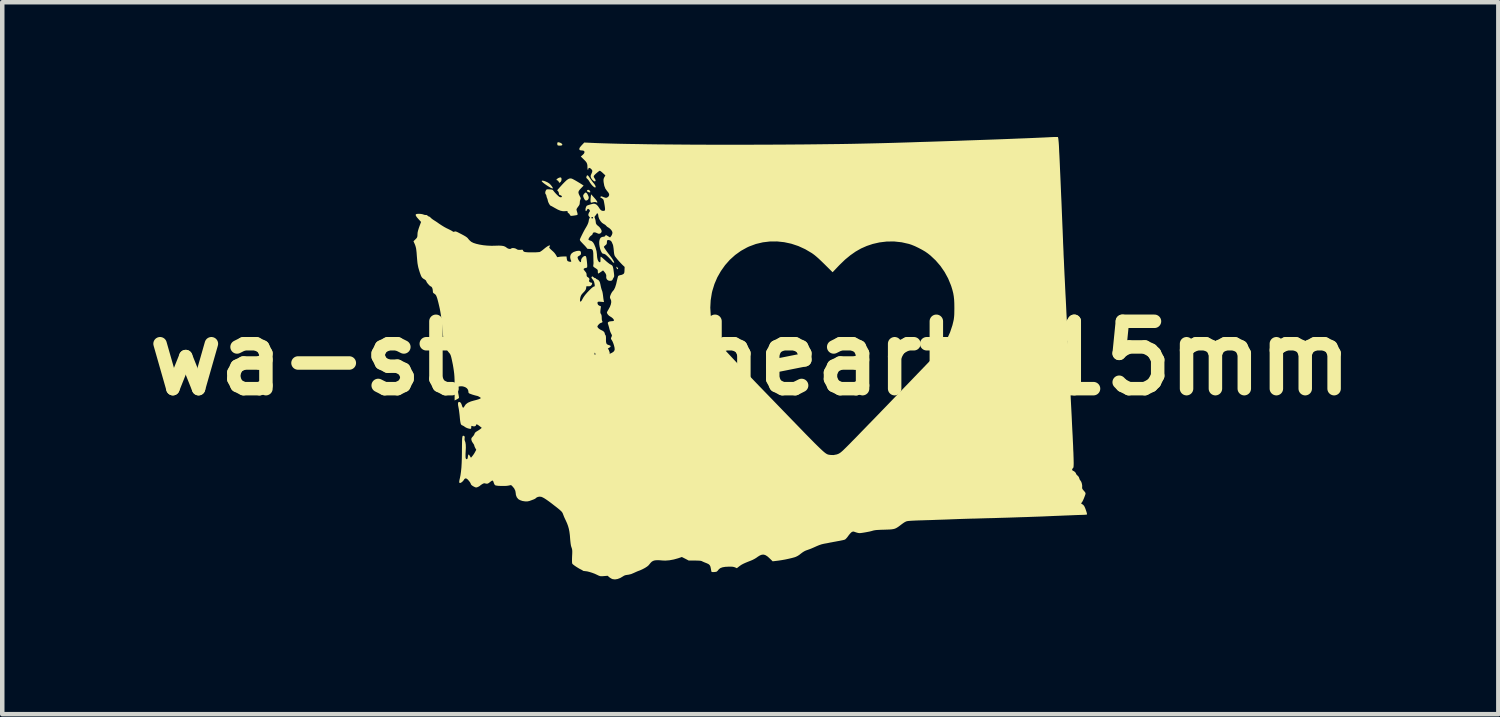
<source format=kicad_pcb>
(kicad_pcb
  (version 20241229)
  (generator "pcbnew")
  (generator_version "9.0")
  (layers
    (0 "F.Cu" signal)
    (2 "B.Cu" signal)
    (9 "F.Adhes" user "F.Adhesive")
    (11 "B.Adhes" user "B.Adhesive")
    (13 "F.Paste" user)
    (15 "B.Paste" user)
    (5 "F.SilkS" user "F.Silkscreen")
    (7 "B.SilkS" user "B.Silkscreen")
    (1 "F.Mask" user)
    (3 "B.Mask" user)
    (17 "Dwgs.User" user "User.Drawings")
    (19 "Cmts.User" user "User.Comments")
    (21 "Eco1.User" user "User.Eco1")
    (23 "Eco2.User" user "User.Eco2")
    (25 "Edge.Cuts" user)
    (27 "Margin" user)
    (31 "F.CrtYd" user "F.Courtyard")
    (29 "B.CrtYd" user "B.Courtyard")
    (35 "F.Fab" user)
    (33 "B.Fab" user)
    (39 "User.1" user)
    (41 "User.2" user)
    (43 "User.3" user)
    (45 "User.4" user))
  (footprint "wa-state-heart-15mm"
    (layer "F.Cu")
    (at 13.657 4.926)
    (property "Reference" "wa-state-heart-15mm" (at 0 0 0) (layer "F.SilkS") (effects (font (size 1.5 1.5) (thickness 0.3))))
    (attr board_only exclude_from_pos_files exclude_from_bom)
    (fp_poly (pts (xy -3.591 -3.745) (xy -3.572 -3.726) (xy -3.562 -3.704) (xy -3.568 -3.692) (xy -3.588 -3.692) (xy -3.596 -3.695) (xy -3.627 -3.709) (xy -3.639 -3.724) (xy -3.634 -3.738) (xy -3.614 -3.75)) (stroke (width 0) (type solid)) (fill yes) (layer "F.SilkS"))
    (fp_poly (pts (xy -2.974 -2.035) (xy -2.962 -2.024) (xy -2.948 -2.007) (xy -2.943 -1.991) (xy -2.948 -1.982) (xy -2.951 -1.981) (xy -2.963 -1.987) (xy -2.97 -1.993) (xy -2.98 -2.012) (xy -2.981 -2.023) (xy -2.98 -2.036)) (stroke (width 0) (type solid)) (fill yes) (layer "F.SilkS"))
    (fp_poly (pts (xy -4.259 -4.806) (xy -4.226 -4.795) (xy -4.2 -4.779) (xy -4.186 -4.762) (xy -4.188 -4.746) (xy -4.194 -4.741) (xy -4.214 -4.735) (xy -4.242 -4.733) (xy -4.271 -4.735) (xy -4.287 -4.738) (xy -4.295 -4.75) (xy -4.299 -4.773) (xy -4.299 -4.776) (xy -4.295 -4.799) (xy -4.283 -4.809)) (stroke (width 0) (type solid)) (fill yes) (layer "F.SilkS"))
    (fp_poly (pts (xy -4.217 -4.024) (xy -4.206 -4.01) (xy -4.203 -3.986) (xy -4.206 -3.958) (xy -4.217 -3.933) (xy -4.222 -3.926) (xy -4.243 -3.908) (xy -4.256 -3.908) (xy -4.265 -3.925) (xy -4.266 -3.929) (xy -4.28 -3.951) (xy -4.295 -3.959) (xy -4.314 -3.967) (xy -4.316 -3.978) (xy -4.301 -3.994) (xy -4.276 -4.011) (xy -4.246 -4.023) (xy -4.222 -4.025)) (stroke (width 0) (type solid)) (fill yes) (layer "F.SilkS"))
    (fp_poly (pts (xy -3.65 -3.683) (xy -3.631 -3.662) (xy -3.614 -3.63) (xy -3.601 -3.598) (xy -3.597 -3.575) (xy -3.603 -3.547) (xy -3.62 -3.525) (xy -3.642 -3.512) (xy -3.664 -3.511) (xy -3.681 -3.522) (xy -3.699 -3.55) (xy -3.714 -3.583) (xy -3.722 -3.612) (xy -3.722 -3.619) (xy -3.715 -3.64) (xy -3.698 -3.664) (xy -3.693 -3.669) (xy -3.674 -3.686) (xy -3.661 -3.69)) (stroke (width 0) (type solid)) (fill yes) (layer "F.SilkS"))
    (fp_poly (pts (xy -3.486 -3.585) (xy -3.449 -3.543) (xy -3.423 -3.509) (xy -3.408 -3.483) (xy -3.405 -3.468) (xy -3.414 -3.464) (xy -3.434 -3.472) (xy -3.456 -3.478) (xy -3.485 -3.475) (xy -3.496 -3.473) (xy -3.525 -3.466) (xy -3.539 -3.463) (xy -3.547 -3.464) (xy -3.552 -3.468) (xy -3.552 -3.469) (xy -3.556 -3.483) (xy -3.558 -3.51) (xy -3.557 -3.547) (xy -3.553 -3.586) (xy -3.551 -3.606) (xy -3.544 -3.649)) (stroke (width 0) (type solid)) (fill yes) (layer "F.SilkS"))
    (fp_poly (pts (xy -4.617 -3.953) (xy -4.587 -3.946) (xy -4.553 -3.933) (xy -4.516 -3.916) (xy -4.483 -3.895) (xy -4.474 -3.889) (xy -4.455 -3.871) (xy -4.433 -3.846) (xy -4.413 -3.819) (xy -4.399 -3.796) (xy -4.395 -3.785) (xy -4.403 -3.78) (xy -4.423 -3.785) (xy -4.454 -3.8) (xy -4.459 -3.803) (xy -4.507 -3.832) (xy -4.552 -3.862) (xy -4.591 -3.89) (xy -4.622 -3.916) (xy -4.641 -3.935) (xy -4.645 -3.945) (xy -4.638 -3.953)) (stroke (width 0) (type solid)) (fill yes) (layer "F.SilkS"))
    (fp_poly (pts (xy -3.61 -4.063) (xy -3.59 -4.036) (xy -3.581 -4.023) (xy -3.555 -3.984) (xy -3.525 -3.944) (xy -3.506 -3.919) (xy -3.473 -3.878) (xy -3.453 -3.846) (xy -3.444 -3.823) (xy -3.443 -3.814) (xy -3.449 -3.801) (xy -3.464 -3.802) (xy -3.489 -3.818) (xy -3.515 -3.841) (xy -3.542 -3.872) (xy -3.567 -3.906) (xy -3.578 -3.925) (xy -3.597 -3.957) (xy -3.621 -3.985) (xy -3.628 -3.992) (xy -3.647 -4.01) (xy -3.652 -4.025) (xy -3.648 -4.044) (xy -3.638 -4.067) (xy -3.626 -4.073)) (stroke (width 0) (type solid)) (fill yes) (layer "F.SilkS"))
    (fp_poly (pts (xy -3.985 -4.001) (xy -3.969 -3.996) (xy -3.952 -3.988) (xy -3.925 -3.974) (xy -3.889 -3.954) (xy -3.85 -3.931) (xy -3.81 -3.907) (xy -3.773 -3.884) (xy -3.742 -3.864) (xy -3.72 -3.85) (xy -3.712 -3.843) (xy -3.712 -3.843) (xy -3.719 -3.836) (xy -3.736 -3.818) (xy -3.76 -3.793) (xy -3.77 -3.783) (xy -3.803 -3.747) (xy -3.822 -3.717) (xy -3.827 -3.688) (xy -3.819 -3.655) (xy -3.799 -3.614) (xy -3.799 -3.613) (xy -3.783 -3.582) (xy -3.776 -3.563) (xy -3.777 -3.548) (xy -3.783 -3.532) (xy -3.784 -3.531) (xy -3.793 -3.503) (xy -3.797 -3.469) (xy -3.796 -3.465) (xy -3.801 -3.428) (xy -3.812 -3.404) (xy -3.839 -3.366) (xy -3.857 -3.341) (xy -3.867 -3.323) (xy -3.87 -3.31) (xy -3.868 -3.296) (xy -3.863 -3.277) (xy -3.86 -3.267) (xy -3.849 -3.23) (xy -3.845 -3.206) (xy -3.849 -3.193) (xy -3.862 -3.187) (xy -3.881 -3.183) (xy -3.93 -3.175) (xy -3.964 -3.171) (xy -3.985 -3.169) (xy -3.998 -3.171) (xy -3.999 -3.171) (xy -4.012 -3.183) (xy -4.021 -3.2) (xy -4.035 -3.22) (xy -4.049 -3.229) (xy -4.065 -3.242) (xy -4.068 -3.257) (xy -4.069 -3.27) (xy -4.076 -3.276) (xy -4.093 -3.276) (xy -4.12 -3.274) (xy -4.171 -3.273) (xy -4.226 -3.284) (xy -4.285 -3.308) (xy -4.354 -3.346) (xy -4.356 -3.347) (xy -4.391 -3.367) (xy -4.421 -3.384) (xy -4.44 -3.393) (xy -4.445 -3.395) (xy -4.457 -3.403) (xy -4.472 -3.424) (xy -4.488 -3.452) (xy -4.501 -3.481) (xy -4.508 -3.506) (xy -4.515 -3.538) (xy -4.525 -3.565) (xy -4.527 -3.568) (xy -4.536 -3.594) (xy -4.539 -3.613) (xy -4.546 -3.637) (xy -4.554 -3.648) (xy -4.567 -3.675) (xy -4.563 -3.709) (xy -4.553 -3.733) (xy -4.544 -3.748) (xy -4.535 -3.757) (xy -4.519 -3.76) (xy -4.493 -3.76) (xy -4.47 -3.759) (xy -4.433 -3.756) (xy -4.409 -3.751) (xy -4.395 -3.742) (xy -4.387 -3.732) (xy -4.365 -3.704) (xy -4.336 -3.671) (xy -4.305 -3.639) (xy -4.276 -3.612) (xy -4.254 -3.594) (xy -4.249 -3.591) (xy -4.226 -3.583) (xy -4.208 -3.584) (xy -4.195 -3.595) (xy -4.198 -3.61) (xy -4.215 -3.624) (xy -4.229 -3.629) (xy -4.251 -3.638) (xy -4.26 -3.653) (xy -4.261 -3.667) (xy -4.268 -3.697) (xy -4.281 -3.718) (xy -4.301 -3.739) (xy -4.234 -3.815) (xy -4.178 -3.877) (xy -4.132 -3.924) (xy -4.094 -3.96) (xy -4.062 -3.984) (xy -4.035 -3.998) (xy -4.01 -4.003)) (stroke (width 0) (type solid)) (fill yes) (layer "F.SilkS"))
    (fp_poly (pts (xy 6.831 -4.926) (xy 6.848 -4.925) (xy 6.85 -4.924) (xy 6.854 -4.913) (xy 6.859 -4.886) (xy 6.863 -4.848) (xy 6.867 -4.808) (xy 6.869 -4.782) (xy 6.872 -4.738) (xy 6.875 -4.678) (xy 6.878 -4.603) (xy 6.883 -4.514) (xy 6.888 -4.413) (xy 6.893 -4.301) (xy 6.898 -4.179) (xy 6.904 -4.049) (xy 6.91 -3.913) (xy 6.916 -3.771) (xy 6.922 -3.625) (xy 6.929 -3.477) (xy 6.935 -3.327) (xy 6.941 -3.178) (xy 6.947 -3.03) (xy 6.953 -2.885) (xy 6.954 -2.871) (xy 6.957 -2.791) (xy 6.96 -2.715) (xy 6.963 -2.643) (xy 6.965 -2.575) (xy 6.968 -2.508) (xy 6.971 -2.443) (xy 6.974 -2.378) (xy 6.976 -2.312) (xy 6.979 -2.246) (xy 6.983 -2.176) (xy 6.986 -2.104) (xy 6.989 -2.028) (xy 6.993 -1.946) (xy 6.997 -1.859) (xy 7.002 -1.766) (xy 7.007 -1.664) (xy 7.012 -1.554) (xy 7.018 -1.435) (xy 7.025 -1.306) (xy 7.032 -1.165) (xy 7.039 -1.013) (xy 7.048 -0.847) (xy 7.057 -0.668) (xy 7.066 -0.474) (xy 7.077 -0.265) (xy 7.088 -0.039) (xy 7.101 0.204) (xy 7.114 0.465) (xy 7.116 0.515) (xy 7.128 0.74) (xy 7.138 0.946) (xy 7.148 1.136) (xy 7.157 1.308) (xy 7.164 1.464) (xy 7.171 1.605) (xy 7.178 1.732) (xy 7.183 1.845) (xy 7.188 1.945) (xy 7.191 2.033) (xy 7.195 2.11) (xy 7.197 2.177) (xy 7.199 2.233) (xy 7.2 2.281) (xy 7.201 2.321) (xy 7.201 2.354) (xy 7.2 2.38) (xy 7.199 2.401) (xy 7.198 2.416) (xy 7.196 2.428) (xy 7.193 2.436) (xy 7.191 2.442) (xy 7.187 2.446) (xy 7.184 2.449) (xy 7.18 2.452) (xy 7.179 2.453) (xy 7.167 2.472) (xy 7.168 2.492) (xy 7.183 2.505) (xy 7.184 2.505) (xy 7.211 2.519) (xy 7.234 2.538) (xy 7.249 2.559) (xy 7.252 2.568) (xy 7.259 2.585) (xy 7.277 2.605) (xy 7.285 2.612) (xy 7.313 2.642) (xy 7.325 2.672) (xy 7.335 2.702) (xy 7.352 2.726) (xy 7.353 2.727) (xy 7.37 2.753) (xy 7.382 2.789) (xy 7.39 2.831) (xy 7.39 2.869) (xy 7.389 2.872) (xy 7.389 2.895) (xy 7.398 2.916) (xy 7.417 2.94) (xy 7.443 2.97) (xy 7.459 2.991) (xy 7.465 3.009) (xy 7.463 3.028) (xy 7.454 3.055) (xy 7.448 3.071) (xy 7.428 3.123) (xy 7.409 3.166) (xy 7.392 3.198) (xy 7.379 3.216) (xy 7.377 3.217) (xy 7.367 3.23) (xy 7.376 3.243) (xy 7.391 3.251) (xy 7.412 3.265) (xy 7.432 3.288) (xy 7.434 3.291) (xy 7.447 3.316) (xy 7.461 3.349) (xy 7.474 3.386) (xy 7.486 3.422) (xy 7.495 3.453) (xy 7.498 3.474) (xy 7.497 3.48) (xy 7.485 3.483) (xy 7.459 3.486) (xy 7.422 3.488) (xy 7.398 3.489) (xy 7.353 3.49) (xy 7.291 3.492) (xy 7.213 3.495) (xy 7.119 3.499) (xy 7.013 3.503) (xy 6.895 3.508) (xy 6.766 3.513) (xy 6.628 3.519) (xy 6.602 3.52) (xy 6.513 3.524) (xy 6.406 3.528) (xy 6.286 3.532) (xy 6.154 3.537) (xy 6.014 3.541) (xy 5.869 3.546) (xy 5.72 3.551) (xy 5.571 3.555) (xy 5.424 3.56) (xy 5.283 3.563) (xy 5.149 3.567) (xy 5.112 3.568) (xy 5.015 3.571) (xy 4.914 3.573) (xy 4.814 3.576) (xy 4.717 3.579) (xy 4.628 3.582) (xy 4.551 3.585) (xy 4.491 3.587) (xy 4.425 3.59) (xy 4.344 3.593) (xy 4.253 3.596) (xy 4.155 3.599) (xy 4.056 3.603) (xy 3.96 3.606) (xy 3.914 3.607) (xy 3.832 3.61) (xy 3.753 3.612) (xy 3.68 3.615) (xy 3.617 3.618) (xy 3.566 3.621) (xy 3.529 3.624) (xy 3.51 3.626) (xy 3.483 3.631) (xy 3.458 3.641) (xy 3.43 3.656) (xy 3.395 3.68) (xy 3.368 3.7) (xy 3.322 3.735) (xy 3.284 3.762) (xy 3.251 3.782) (xy 3.22 3.796) (xy 3.186 3.805) (xy 3.147 3.811) (xy 3.098 3.815) (xy 3.037 3.817) (xy 2.981 3.819) (xy 2.905 3.821) (xy 2.846 3.824) (xy 2.801 3.827) (xy 2.767 3.832) (xy 2.742 3.837) (xy 2.731 3.84) (xy 2.7 3.849) (xy 2.656 3.86) (xy 2.604 3.87) (xy 2.55 3.88) (xy 2.499 3.888) (xy 2.457 3.894) (xy 2.432 3.895) (xy 2.403 3.892) (xy 2.366 3.882) (xy 2.344 3.875) (xy 2.313 3.864) (xy 2.294 3.86) (xy 2.278 3.863) (xy 2.261 3.87) (xy 2.242 3.885) (xy 2.217 3.912) (xy 2.191 3.944) (xy 2.183 3.955) (xy 2.158 3.989) (xy 2.134 4.016) (xy 2.115 4.034) (xy 2.11 4.037) (xy 2.092 4.044) (xy 2.06 4.052) (xy 2.016 4.061) (xy 1.967 4.071) (xy 1.952 4.073) (xy 1.9 4.083) (xy 1.85 4.092) (xy 1.809 4.1) (xy 1.78 4.105) (xy 1.776 4.106) (xy 1.747 4.112) (xy 1.707 4.12) (xy 1.662 4.128) (xy 1.649 4.13) (xy 1.592 4.143) (xy 1.532 4.163) (xy 1.463 4.192) (xy 1.453 4.197) (xy 1.403 4.219) (xy 1.352 4.241) (xy 1.307 4.258) (xy 1.276 4.269) (xy 1.239 4.282) (xy 1.205 4.298) (xy 1.169 4.32) (xy 1.127 4.351) (xy 1.089 4.381) (xy 1.056 4.402) (xy 1.016 4.422) (xy 0.986 4.433) (xy 0.927 4.449) (xy 0.855 4.466) (xy 0.776 4.483) (xy 0.697 4.497) (xy 0.623 4.508) (xy 0.598 4.511) (xy 0.498 4.523) (xy 0.439 4.465) (xy 0.388 4.418) (xy 0.343 4.388) (xy 0.302 4.374) (xy 0.26 4.375) (xy 0.216 4.391) (xy 0.165 4.422) (xy 0.147 4.436) (xy 0.105 4.463) (xy 0.056 4.489) (xy 0.017 4.506) (xy -0.057 4.535) (xy -0.115 4.559) (xy -0.162 4.581) (xy -0.2 4.602) (xy -0.232 4.624) (xy -0.244 4.633) (xy -0.299 4.676) (xy -0.339 4.658) (xy -0.364 4.65) (xy -0.392 4.644) (xy -0.429 4.642) (xy -0.481 4.642) (xy -0.558 4.646) (xy -0.618 4.656) (xy -0.664 4.673) (xy -0.697 4.697) (xy -0.71 4.713) (xy -0.729 4.736) (xy -0.748 4.752) (xy -0.752 4.754) (xy -0.776 4.759) (xy -0.806 4.762) (xy -0.835 4.763) (xy -0.856 4.761) (xy -0.862 4.758) (xy -0.867 4.745) (xy -0.872 4.72) (xy -0.877 4.691) (xy -0.887 4.642) (xy -0.904 4.608) (xy -0.931 4.584) (xy -0.973 4.565) (xy -0.977 4.563) (xy -1.014 4.549) (xy -1.049 4.534) (xy -1.068 4.525) (xy -1.084 4.517) (xy -1.104 4.512) (xy -1.13 4.509) (xy -1.168 4.507) (xy -1.219 4.506) (xy -1.236 4.506) (xy -1.371 4.506) (xy -1.447 4.466) (xy -1.524 4.427) (xy -1.606 4.455) (xy -1.703 4.482) (xy -1.8 4.5) (xy -1.89 4.507) (xy -1.948 4.505) (xy -2.022 4.499) (xy -2.08 4.498) (xy -2.126 4.502) (xy -2.162 4.513) (xy -2.192 4.53) (xy -2.219 4.556) (xy -2.241 4.583) (xy -2.267 4.614) (xy -2.297 4.639) (xy -2.337 4.665) (xy -2.358 4.677) (xy -2.398 4.698) (xy -2.437 4.716) (xy -2.468 4.729) (xy -2.477 4.732) (xy -2.504 4.742) (xy -2.541 4.758) (xy -2.581 4.776) (xy -2.589 4.78) (xy -2.653 4.807) (xy -2.712 4.821) (xy -2.728 4.823) (xy -2.774 4.83) (xy -2.809 4.842) (xy -2.833 4.857) (xy -2.895 4.894) (xy -2.956 4.917) (xy -3.013 4.926) (xy -3.064 4.92) (xy -3.066 4.92) (xy -3.099 4.905) (xy -3.133 4.883) (xy -3.141 4.876) (xy -3.177 4.845) (xy -3.26 4.852) (xy -3.3 4.855) (xy -3.329 4.855) (xy -3.352 4.85) (xy -3.377 4.841) (xy -3.41 4.825) (xy -3.464 4.8) (xy -3.523 4.778) (xy -3.581 4.76) (xy -3.633 4.747) (xy -3.674 4.742) (xy -3.679 4.741) (xy -3.706 4.739) (xy -3.724 4.734) (xy -3.727 4.732) (xy -3.739 4.722) (xy -3.762 4.71) (xy -3.765 4.708) (xy -3.794 4.694) (xy -3.83 4.673) (xy -3.869 4.649) (xy -3.906 4.624) (xy -3.937 4.601) (xy -3.958 4.583) (xy -3.964 4.575) (xy -3.968 4.557) (xy -3.97 4.522) (xy -3.97 4.47) (xy -3.968 4.41) (xy -3.965 4.353) (xy -3.964 4.311) (xy -3.965 4.281) (xy -3.968 4.257) (xy -3.973 4.237) (xy -3.98 4.216) (xy -3.981 4.214) (xy -3.992 4.18) (xy -4 4.133) (xy -4.007 4.073) (xy -4.011 4.029) (xy -4.018 3.938) (xy -4.028 3.863) (xy -4.041 3.797) (xy -4.058 3.737) (xy -4.08 3.677) (xy -4.109 3.613) (xy -4.119 3.592) (xy -4.137 3.554) (xy -4.153 3.516) (xy -4.164 3.487) (xy -4.165 3.486) (xy -4.173 3.463) (xy -4.182 3.444) (xy -4.195 3.424) (xy -4.214 3.404) (xy -4.241 3.379) (xy -4.278 3.348) (xy -4.327 3.309) (xy -4.351 3.291) (xy -4.429 3.23) (xy -4.495 3.181) (xy -4.55 3.143) (xy -4.594 3.115) (xy -4.629 3.097) (xy -4.654 3.087) (xy -4.692 3.083) (xy -4.729 3.089) (xy -4.76 3.103) (xy -4.772 3.114) (xy -4.788 3.127) (xy -4.815 3.141) (xy -4.833 3.148) (xy -4.87 3.162) (xy -4.907 3.175) (xy -4.919 3.18) (xy -4.965 3.189) (xy -5.019 3.188) (xy -5.075 3.179) (xy -5.126 3.161) (xy -5.166 3.138) (xy -5.2 3.096) (xy -5.219 3.045) (xy -5.223 3.008) (xy -5.232 2.953) (xy -5.258 2.899) (xy -5.293 2.857) (xy -5.327 2.825) (xy -5.385 2.837) (xy -5.42 2.842) (xy -5.465 2.845) (xy -5.516 2.845) (xy -5.567 2.844) (xy -5.614 2.842) (xy -5.652 2.837) (xy -5.677 2.831) (xy -5.68 2.83) (xy -5.697 2.811) (xy -5.711 2.779) (xy -5.712 2.775) (xy -5.721 2.747) (xy -5.732 2.729) (xy -5.737 2.725) (xy -5.753 2.728) (xy -5.776 2.743) (xy -5.79 2.754) (xy -5.826 2.782) (xy -5.857 2.795) (xy -5.888 2.793) (xy -5.9 2.789) (xy -5.919 2.785) (xy -5.938 2.788) (xy -5.965 2.801) (xy -5.968 2.803) (xy -5.994 2.82) (xy -6.012 2.833) (xy -6.016 2.838) (xy -6.029 2.848) (xy -6.052 2.861) (xy -6.062 2.866) (xy -6.089 2.877) (xy -6.109 2.878) (xy -6.131 2.872) (xy -6.134 2.87) (xy -6.17 2.852) (xy -6.2 2.832) (xy -6.218 2.813) (xy -6.223 2.802) (xy -6.23 2.782) (xy -6.249 2.752) (xy -6.28 2.714) (xy -6.292 2.701) (xy -6.32 2.68) (xy -6.345 2.677) (xy -6.366 2.691) (xy -6.374 2.704) (xy -6.392 2.73) (xy -6.417 2.755) (xy -6.443 2.773) (xy -6.464 2.779) (xy -6.476 2.776) (xy -6.481 2.764) (xy -6.481 2.741) (xy -6.474 2.703) (xy -6.467 2.674) (xy -6.453 2.605) (xy -6.442 2.527) (xy -6.433 2.438) (xy -6.427 2.336) (xy -6.423 2.219) (xy -6.421 2.085) (xy -6.421 2.052) (xy -6.42 1.962) (xy -6.419 1.889) (xy -6.418 1.832) (xy -6.416 1.79) (xy -6.412 1.759) (xy -6.408 1.74) (xy -6.401 1.729) (xy -6.393 1.726) (xy -6.383 1.728) (xy -6.374 1.732) (xy -6.362 1.742) (xy -6.359 1.759) (xy -6.361 1.78) (xy -6.363 1.81) (xy -6.359 1.834) (xy -6.357 1.837) (xy -6.344 1.874) (xy -6.336 1.925) (xy -6.334 1.992) (xy -6.338 2.077) (xy -6.338 2.078) (xy -6.341 2.135) (xy -6.341 2.181) (xy -6.34 2.214) (xy -6.337 2.229) (xy -6.324 2.247) (xy -6.309 2.248) (xy -6.296 2.235) (xy -6.292 2.217) (xy -6.286 2.175) (xy -6.279 2.151) (xy -6.271 2.145) (xy -6.262 2.152) (xy -6.248 2.171) (xy -6.242 2.181) (xy -6.22 2.217) (xy -6.189 2.18) (xy -6.166 2.15) (xy -6.142 2.113) (xy -6.13 2.091) (xy -6.102 2.039) (xy -6.124 2.001) (xy -6.137 1.974) (xy -6.145 1.951) (xy -6.146 1.945) (xy -6.151 1.928) (xy -6.166 1.904) (xy -6.175 1.892) (xy -6.197 1.857) (xy -6.21 1.821) (xy -6.21 1.818) (xy -6.212 1.794) (xy -6.205 1.775) (xy -6.189 1.754) (xy -6.181 1.747) (xy -6.16 1.721) (xy -6.144 1.694) (xy -6.141 1.684) (xy -6.132 1.663) (xy -6.111 1.643) (xy -6.085 1.626) (xy -6.052 1.606) (xy -6.021 1.585) (xy -6.007 1.574) (xy -5.979 1.551) (xy -6.029 1.511) (xy -6.065 1.485) (xy -6.089 1.474) (xy -6.103 1.476) (xy -6.107 1.491) (xy -6.115 1.507) (xy -6.137 1.517) (xy -6.165 1.518) (xy -6.186 1.512) (xy -6.204 1.507) (xy -6.212 1.512) (xy -6.213 1.531) (xy -6.213 1.534) (xy -6.215 1.557) (xy -6.22 1.571) (xy -6.22 1.571) (xy -6.238 1.573) (xy -6.267 1.568) (xy -6.301 1.558) (xy -6.333 1.544) (xy -6.355 1.53) (xy -6.381 1.512) (xy -6.406 1.499) (xy -6.413 1.496) (xy -6.428 1.489) (xy -6.44 1.476) (xy -6.449 1.454) (xy -6.456 1.421) (xy -6.463 1.375) (xy -6.469 1.312) (xy -6.469 1.309) (xy -6.475 1.252) (xy -6.482 1.195) (xy -6.489 1.143) (xy -6.496 1.104) (xy -6.497 1.1) (xy -6.507 1.046) (xy -6.509 1.008) (xy -6.504 0.985) (xy -6.49 0.974) (xy -6.487 0.973) (xy -6.462 0.979) (xy -6.441 1.002) (xy -6.424 1.042) (xy -6.421 1.055) (xy -6.409 1.088) (xy -6.396 1.102) (xy -6.382 1.097) (xy -6.365 1.072) (xy -6.362 1.065) (xy -6.333 1.025) (xy -6.287 0.991) (xy -6.222 0.963) (xy -6.156 0.944) (xy -6.097 0.929) (xy -6.051 0.915) (xy -6.018 0.902) (xy -6.003 0.891) (xy -6.001 0.887) (xy -6.009 0.877) (xy -6.029 0.864) (xy -6.054 0.85) (xy -6.078 0.84) (xy -6.094 0.837) (xy -6.111 0.833) (xy -6.141 0.825) (xy -6.178 0.814) (xy -6.194 0.809) (xy -6.232 0.795) (xy -6.257 0.785) (xy -6.269 0.776) (xy -6.275 0.766) (xy -6.276 0.751) (xy -6.276 0.748) (xy -6.285 0.705) (xy -6.31 0.67) (xy -6.349 0.644) (xy -6.399 0.628) (xy -6.437 0.625) (xy -6.468 0.627) (xy -6.492 0.632) (xy -6.5 0.637) (xy -6.507 0.655) (xy -6.51 0.687) (xy -6.509 0.729) (xy -6.504 0.775) (xy -6.496 0.816) (xy -6.49 0.849) (xy -6.487 0.874) (xy -6.488 0.886) (xy -6.499 0.895) (xy -6.521 0.909) (xy -6.538 0.918) (xy -6.584 0.941) (xy -6.583 0.67) (xy -6.584 0.571) (xy -6.585 0.487) (xy -6.588 0.413) (xy -6.593 0.347) (xy -6.601 0.282) (xy -6.611 0.216) (xy -6.623 0.144) (xy -6.636 0.082) (xy -6.649 0.02) (xy -6.66 -0.026) (xy -6.67 -0.06) (xy -6.681 -0.085) (xy -6.693 -0.105) (xy -6.709 -0.123) (xy -6.71 -0.124) (xy -6.735 -0.155) (xy -6.758 -0.191) (xy -6.763 -0.202) (xy -6.777 -0.231) (xy -6.791 -0.255) (xy -6.796 -0.261) (xy -6.804 -0.272) (xy -6.811 -0.287) (xy -6.817 -0.309) (xy -6.822 -0.339) (xy -6.828 -0.379) (xy -6.834 -0.433) (xy -6.841 -0.502) (xy -6.847 -0.578) (xy -6.858 -0.693) (xy -6.868 -0.793) (xy -6.878 -0.881) (xy -6.889 -0.959) (xy -6.901 -1.031) (xy -6.914 -1.101) (xy -6.93 -1.171) (xy -6.948 -1.246) (xy -6.954 -1.269) (xy -6.969 -1.325) (xy -6.983 -1.366) (xy -6.995 -1.395) (xy -7.01 -1.416) (xy -7.027 -1.431) (xy -7.04 -1.439) (xy -7.059 -1.453) (xy -7.067 -1.47) (xy -7.069 -1.498) (xy -7.073 -1.533) (xy -7.082 -1.564) (xy -7.096 -1.587) (xy -7.111 -1.597) (xy -7.111 -1.597) (xy -7.126 -1.604) (xy -7.147 -1.622) (xy -7.17 -1.647) (xy -7.192 -1.673) (xy -7.208 -1.697) (xy -7.213 -1.711) (xy -7.222 -1.73) (xy -7.249 -1.752) (xy -7.255 -1.755) (xy -7.283 -1.772) (xy -7.303 -1.789) (xy -7.319 -1.809) (xy -7.333 -1.837) (xy -7.348 -1.877) (xy -7.361 -1.914) (xy -7.378 -1.969) (xy -7.392 -2.018) (xy -7.402 -2.066) (xy -7.411 -2.118) (xy -7.417 -2.178) (xy -7.423 -2.251) (xy -7.425 -2.272) (xy -7.43 -2.344) (xy -7.436 -2.4) (xy -7.442 -2.444) (xy -7.451 -2.482) (xy -7.462 -2.516) (xy -7.476 -2.551) (xy -7.477 -2.552) (xy -7.5 -2.604) (xy -7.456 -2.647) (xy -7.433 -2.671) (xy -7.42 -2.69) (xy -7.414 -2.711) (xy -7.411 -2.741) (xy -7.411 -2.757) (xy -7.408 -2.797) (xy -7.399 -2.838) (xy -7.384 -2.888) (xy -7.37 -2.928) (xy -7.331 -3.034) (xy -7.383 -3.091) (xy -7.422 -3.135) (xy -7.444 -3.167) (xy -7.452 -3.191) (xy -7.444 -3.206) (xy -7.42 -3.213) (xy -7.381 -3.215) (xy -7.372 -3.215) (xy -7.333 -3.212) (xy -7.295 -3.205) (xy -7.275 -3.198) (xy -7.248 -3.19) (xy -7.225 -3.188) (xy -7.222 -3.189) (xy -7.201 -3.186) (xy -7.187 -3.174) (xy -7.169 -3.159) (xy -7.154 -3.155) (xy -7.137 -3.147) (xy -7.119 -3.13) (xy -7.118 -3.13) (xy -7.099 -3.111) (xy -7.07 -3.089) (xy -7.046 -3.073) (xy -7.014 -3.053) (xy -6.973 -3.026) (xy -6.931 -2.996) (xy -6.913 -2.984) (xy -6.867 -2.954) (xy -6.813 -2.921) (xy -6.759 -2.892) (xy -6.737 -2.882) (xy -6.697 -2.862) (xy -6.661 -2.844) (xy -6.636 -2.829) (xy -6.626 -2.822) (xy -6.61 -2.813) (xy -6.59 -2.817) (xy -6.585 -2.819) (xy -6.574 -2.822) (xy -6.561 -2.822) (xy -6.544 -2.817) (xy -6.518 -2.806) (xy -6.481 -2.787) (xy -6.432 -2.762) (xy -6.378 -2.733) (xy -6.339 -2.71) (xy -6.312 -2.691) (xy -6.293 -2.674) (xy -6.28 -2.657) (xy -6.257 -2.63) (xy -6.227 -2.603) (xy -6.211 -2.59) (xy -6.165 -2.567) (xy -6.104 -2.547) (xy -6.031 -2.53) (xy -5.948 -2.516) (xy -5.86 -2.507) (xy -5.769 -2.503) (xy -5.68 -2.504) (xy -5.669 -2.505) (xy -5.596 -2.507) (xy -5.539 -2.504) (xy -5.494 -2.497) (xy -5.458 -2.483) (xy -5.429 -2.463) (xy -5.427 -2.462) (xy -5.4 -2.444) (xy -5.37 -2.434) (xy -5.343 -2.433) (xy -5.325 -2.441) (xy -5.323 -2.443) (xy -5.308 -2.451) (xy -5.282 -2.453) (xy -5.251 -2.449) (xy -5.222 -2.44) (xy -5.207 -2.431) (xy -5.185 -2.418) (xy -5.158 -2.412) (xy -5.121 -2.412) (xy -5.083 -2.416) (xy -5.066 -2.412) (xy -5.061 -2.398) (xy -5.049 -2.378) (xy -5.028 -2.367) (xy -5.006 -2.363) (xy -4.969 -2.359) (xy -4.923 -2.357) (xy -4.87 -2.357) (xy -4.817 -2.357) (xy -4.768 -2.358) (xy -4.726 -2.361) (xy -4.696 -2.364) (xy -4.687 -2.366) (xy -4.666 -2.378) (xy -4.637 -2.398) (xy -4.612 -2.418) (xy -4.562 -2.459) (xy -4.52 -2.489) (xy -4.488 -2.506) (xy -4.471 -2.51) (xy -4.459 -2.509) (xy -4.459 -2.501) (xy -4.468 -2.486) (xy -4.475 -2.475) (xy -4.477 -2.466) (xy -4.472 -2.455) (xy -4.46 -2.44) (xy -4.438 -2.418) (xy -4.404 -2.387) (xy -4.385 -2.37) (xy -4.36 -2.344) (xy -4.335 -2.31) (xy -4.326 -2.295) (xy -4.299 -2.249) (xy -4.253 -2.257) (xy -4.217 -2.262) (xy -4.173 -2.264) (xy -4.15 -2.265) (xy -4.092 -2.265) (xy -4.087 -2.219) (xy -4.081 -2.189) (xy -4.072 -2.168) (xy -4.068 -2.163) (xy -4.039 -2.151) (xy -4.01 -2.146) (xy -3.996 -2.148) (xy -3.987 -2.154) (xy -3.987 -2.165) (xy -3.996 -2.183) (xy -4.005 -2.211) (xy -4.01 -2.245) (xy -4.011 -2.254) (xy -4.002 -2.3) (xy -3.976 -2.337) (xy -3.934 -2.365) (xy -3.874 -2.385) (xy -3.844 -2.39) (xy -3.807 -2.392) (xy -3.783 -2.383) (xy -3.772 -2.361) (xy -3.77 -2.338) (xy -3.772 -2.315) (xy -3.782 -2.3) (xy -3.804 -2.284) (xy -3.81 -2.281) (xy -3.834 -2.266) (xy -3.844 -2.253) (xy -3.845 -2.237) (xy -3.843 -2.229) (xy -3.834 -2.204) (xy -3.819 -2.177) (xy -3.802 -2.154) (xy -3.785 -2.14) (xy -3.776 -2.138) (xy -3.769 -2.149) (xy -3.768 -2.17) (xy -3.765 -2.199) (xy -3.751 -2.227) (xy -3.73 -2.252) (xy -3.707 -2.269) (xy -3.684 -2.277) (xy -3.664 -2.272) (xy -3.659 -2.266) (xy -3.653 -2.249) (xy -3.647 -2.218) (xy -3.641 -2.177) (xy -3.636 -2.13) (xy -3.632 -2.082) (xy -3.631 -2.053) (xy -3.632 -2.028) (xy -3.639 -2.017) (xy -3.655 -2.012) (xy -3.659 -2.012) (xy -3.689 -2.004) (xy -3.708 -1.991) (xy -3.712 -1.98) (xy -3.706 -1.969) (xy -3.691 -1.949) (xy -3.679 -1.934) (xy -3.657 -1.906) (xy -3.647 -1.881) (xy -3.645 -1.858) (xy -3.643 -1.831) (xy -3.634 -1.815) (xy -3.617 -1.804) (xy -3.592 -1.784) (xy -3.581 -1.761) (xy -3.586 -1.738) (xy -3.588 -1.735) (xy -3.592 -1.718) (xy -3.582 -1.701) (xy -3.562 -1.687) (xy -3.543 -1.683) (xy -3.525 -1.677) (xy -3.521 -1.66) (xy -3.532 -1.635) (xy -3.539 -1.625) (xy -3.555 -1.61) (xy -3.575 -1.603) (xy -3.604 -1.601) (xy -3.65 -1.601) (xy -3.655 -1.56) (xy -3.661 -1.535) (xy -3.673 -1.513) (xy -3.693 -1.487) (xy -3.716 -1.463) (xy -3.745 -1.432) (xy -3.764 -1.406) (xy -3.776 -1.379) (xy -3.785 -1.348) (xy -3.792 -1.305) (xy -3.792 -1.276) (xy -3.785 -1.26) (xy -3.774 -1.261) (xy -3.758 -1.278) (xy -3.743 -1.306) (xy -3.716 -1.354) (xy -3.679 -1.407) (xy -3.629 -1.465) (xy -3.575 -1.521) (xy -3.539 -1.556) (xy -3.509 -1.581) (xy -3.487 -1.594) (xy -3.48 -1.597) (xy -3.469 -1.598) (xy -3.464 -1.606) (xy -3.464 -1.624) (xy -3.467 -1.652) (xy -3.479 -1.703) (xy -3.499 -1.739) (xy -3.522 -1.768) (xy -3.534 -1.786) (xy -3.538 -1.797) (xy -3.535 -1.806) (xy -3.53 -1.812) (xy -3.52 -1.821) (xy -3.509 -1.819) (xy -3.492 -1.804) (xy -3.49 -1.803) (xy -3.471 -1.788) (xy -3.456 -1.783) (xy -3.453 -1.784) (xy -3.444 -1.783) (xy -3.443 -1.779) (xy -3.435 -1.769) (xy -3.415 -1.757) (xy -3.41 -1.755) (xy -3.383 -1.74) (xy -3.364 -1.719) (xy -3.349 -1.689) (xy -3.338 -1.644) (xy -3.333 -1.618) (xy -3.324 -1.577) (xy -3.314 -1.539) (xy -3.305 -1.513) (xy -3.304 -1.51) (xy -3.295 -1.486) (xy -3.287 -1.449) (xy -3.281 -1.408) (xy -3.28 -1.4) (xy -3.275 -1.358) (xy -3.27 -1.318) (xy -3.265 -1.289) (xy -3.265 -1.286) (xy -3.258 -1.25) (xy -3.325 -1.256) (xy -3.366 -1.259) (xy -3.39 -1.256) (xy -3.401 -1.246) (xy -3.402 -1.227) (xy -3.4 -1.211) (xy -3.388 -1.187) (xy -3.363 -1.17) (xy -3.359 -1.168) (xy -3.325 -1.154) (xy -3.333 -1.099) (xy -3.338 -1.053) (xy -3.339 -1.022) (xy -3.335 -1) (xy -3.326 -0.985) (xy -3.324 -0.982) (xy -3.314 -0.962) (xy -3.309 -0.927) (xy -3.308 -0.903) (xy -3.307 -0.869) (xy -3.303 -0.842) (xy -3.298 -0.83) (xy -3.291 -0.812) (xy -3.298 -0.796) (xy -3.317 -0.789) (xy -3.319 -0.789) (xy -3.339 -0.781) (xy -3.364 -0.763) (xy -3.386 -0.739) (xy -3.402 -0.716) (xy -3.405 -0.704) (xy -3.396 -0.683) (xy -3.374 -0.66) (xy -3.343 -0.638) (xy -3.317 -0.625) (xy -3.278 -0.605) (xy -3.252 -0.58) (xy -3.241 -0.555) (xy -3.241 -0.552) (xy -3.235 -0.528) (xy -3.226 -0.516) (xy -3.219 -0.503) (xy -3.215 -0.48) (xy -3.213 -0.445) (xy -3.214 -0.419) (xy -3.213 -0.37) (xy -3.207 -0.336) (xy -3.195 -0.314) (xy -3.173 -0.3) (xy -3.147 -0.291) (xy -3.118 -0.28) (xy -3.109 -0.266) (xy -3.118 -0.249) (xy -3.145 -0.231) (xy -3.176 -0.212) (xy -3.21 -0.186) (xy -3.226 -0.173) (xy -3.259 -0.147) (xy -3.296 -0.123) (xy -3.313 -0.115) (xy -3.34 -0.103) (xy -3.356 -0.1) (xy -3.368 -0.104) (xy -3.376 -0.111) (xy -3.392 -0.132) (xy -3.406 -0.159) (xy -3.406 -0.16) (xy -3.416 -0.181) (xy -3.423 -0.192) (xy -3.424 -0.192) (xy -3.432 -0.184) (xy -3.443 -0.164) (xy -3.456 -0.138) (xy -3.466 -0.111) (xy -3.472 -0.091) (xy -3.472 -0.086) (xy -3.465 -0.071) (xy -3.457 -0.067) (xy -3.427 -0.06) (xy -3.388 -0.039) (xy -3.344 -0.007) (xy -3.323 0.01) (xy -3.286 0.042) (xy -3.26 0.062) (xy -3.241 0.071) (xy -3.226 0.07) (xy -3.211 0.06) (xy -3.2 0.049) (xy -3.17 0.02) (xy -3.205 0.005) (xy -3.229 -0.006) (xy -3.244 -0.017) (xy -3.245 -0.018) (xy -3.242 -0.03) (xy -3.222 -0.047) (xy -3.189 -0.068) (xy -3.142 -0.091) (xy -3.128 -0.098) (xy -3.08 -0.121) (xy -3.048 -0.142) (xy -3.03 -0.163) (xy -3.021 -0.186) (xy -3.02 -0.203) (xy -3.024 -0.241) (xy -3.036 -0.288) (xy -3.052 -0.336) (xy -3.07 -0.378) (xy -3.084 -0.402) (xy -3.099 -0.424) (xy -3.103 -0.439) (xy -3.098 -0.458) (xy -3.092 -0.471) (xy -3.083 -0.494) (xy -3.081 -0.51) (xy -3.088 -0.528) (xy -3.1 -0.55) (xy -3.116 -0.585) (xy -3.13 -0.626) (xy -3.135 -0.644) (xy -3.145 -0.685) (xy -3.157 -0.727) (xy -3.162 -0.743) (xy -3.171 -0.771) (xy -3.173 -0.787) (xy -3.168 -0.798) (xy -3.161 -0.805) (xy -3.138 -0.817) (xy -3.099 -0.823) (xy -3.096 -0.823) (xy -3.067 -0.825) (xy -3.045 -0.83) (xy -3.039 -0.833) (xy -3.036 -0.848) (xy -3.046 -0.869) (xy -3.067 -0.892) (xy -3.094 -0.913) (xy -3.111 -0.923) (xy -3.145 -0.945) (xy -3.172 -0.973) (xy -3.189 -1.001) (xy -3.193 -1.018) (xy -3.188 -1.032) (xy -3.175 -1.056) (xy -3.158 -1.084) (xy -3.136 -1.125) (xy -0.891 -1.125) (xy -0.881 -0.96) (xy -0.855 -0.797) (xy -0.812 -0.639) (xy -0.752 -0.487) (xy -0.677 -0.343) (xy -0.594 -0.219) (xy -0.576 -0.198) (xy -0.545 -0.162) (xy -0.5 -0.113) (xy -0.442 -0.051) (xy -0.371 0.025) (xy -0.287 0.114) (xy -0.189 0.216) (xy -0.079 0.331) (xy 0.044 0.459) (xy 0.18 0.601) (xy 0.329 0.755) (xy 0.491 0.922) (xy 0.552 0.985) (xy 0.695 1.133) (xy 0.825 1.267) (xy 0.943 1.389) (xy 1.05 1.499) (xy 1.146 1.598) (xy 1.231 1.686) (xy 1.308 1.764) (xy 1.375 1.832) (xy 1.434 1.892) (xy 1.486 1.943) (xy 1.531 1.987) (xy 1.57 2.024) (xy 1.603 2.055) (xy 1.631 2.08) (xy 1.655 2.1) (xy 1.676 2.116) (xy 1.693 2.127) (xy 1.708 2.136) (xy 1.722 2.142) (xy 1.735 2.146) (xy 1.747 2.149) (xy 1.76 2.151) (xy 1.774 2.153) (xy 1.776 2.154) (xy 1.852 2.157) (xy 1.926 2.143) (xy 1.963 2.129) (xy 1.983 2.118) (xy 2.005 2.104) (xy 2.03 2.084) (xy 2.062 2.056) (xy 2.101 2.018) (xy 2.15 1.97) (xy 2.18 1.94) (xy 2.22 1.9) (xy 2.27 1.848) (xy 2.33 1.788) (xy 2.398 1.718) (xy 2.473 1.64) (xy 2.556 1.555) (xy 2.644 1.464) (xy 2.737 1.369) (xy 2.834 1.269) (xy 2.934 1.165) (xy 3.036 1.06) (xy 3.139 0.953) (xy 3.242 0.846) (xy 3.345 0.74) (xy 3.446 0.635) (xy 3.545 0.533) (xy 3.64 0.434) (xy 3.731 0.339) (xy 3.817 0.25) (xy 3.897 0.167) (xy 3.969 0.092) (xy 4.034 0.024) (xy 4.089 -0.034) (xy 4.135 -0.082) (xy 4.17 -0.119) (xy 4.193 -0.144) (xy 4.204 -0.156) (xy 4.298 -0.284) (xy 4.38 -0.424) (xy 4.448 -0.575) (xy 4.501 -0.734) (xy 4.522 -0.821) (xy 4.53 -0.858) (xy 4.535 -0.894) (xy 4.539 -0.932) (xy 4.542 -0.976) (xy 4.543 -1.031) (xy 4.544 -1.1) (xy 4.544 -1.12) (xy 4.543 -1.218) (xy 4.539 -1.302) (xy 4.531 -1.377) (xy 4.519 -1.447) (xy 4.501 -1.518) (xy 4.478 -1.594) (xy 4.466 -1.628) (xy 4.405 -1.776) (xy 4.327 -1.919) (xy 4.234 -2.054) (xy 4.128 -2.177) (xy 4.011 -2.287) (xy 3.953 -2.333) (xy 3.894 -2.374) (xy 3.822 -2.416) (xy 3.744 -2.457) (xy 3.665 -2.495) (xy 3.591 -2.525) (xy 3.534 -2.544) (xy 3.371 -2.581) (xy 3.206 -2.599) (xy 3.04 -2.598) (xy 2.876 -2.578) (xy 2.727 -2.544) (xy 2.593 -2.499) (xy 2.466 -2.443) (xy 2.345 -2.374) (xy 2.228 -2.292) (xy 2.11 -2.195) (xy 1.992 -2.081) (xy 1.96 -2.048) (xy 1.833 -1.914) (xy 1.65 -2.095) (xy 1.582 -2.161) (xy 1.524 -2.216) (xy 1.474 -2.26) (xy 1.431 -2.296) (xy 1.39 -2.326) (xy 1.37 -2.34) (xy 1.223 -2.427) (xy 1.07 -2.497) (xy 0.914 -2.549) (xy 0.756 -2.583) (xy 0.596 -2.6) (xy 0.437 -2.599) (xy 0.279 -2.58) (xy 0.124 -2.543) (xy -0.027 -2.487) (xy -0.072 -2.466) (xy -0.209 -2.39) (xy -0.337 -2.298) (xy -0.455 -2.192) (xy -0.561 -2.072) (xy -0.654 -1.941) (xy -0.734 -1.801) (xy -0.798 -1.652) (xy -0.846 -1.496) (xy -0.856 -1.453) (xy -0.882 -1.29) (xy -0.891 -1.125) (xy -3.136 -1.125) (xy -3.126 -1.143) (xy -3.105 -1.199) (xy -3.096 -1.249) (xy -3.1 -1.29) (xy -3.111 -1.313) (xy -3.122 -1.338) (xy -3.125 -1.356) (xy -3.121 -1.382) (xy -3.108 -1.416) (xy -3.092 -1.45) (xy -3.074 -1.479) (xy -3.064 -1.49) (xy -3.036 -1.524) (xy -3.01 -1.577) (xy -2.987 -1.649) (xy -2.976 -1.698) (xy -2.966 -1.743) (xy -2.956 -1.783) (xy -2.948 -1.813) (xy -2.943 -1.827) (xy -2.927 -1.84) (xy -2.897 -1.849) (xy -2.894 -1.849) (xy -2.861 -1.857) (xy -2.833 -1.87) (xy -2.828 -1.873) (xy -2.815 -1.885) (xy -2.807 -1.9) (xy -2.803 -1.923) (xy -2.801 -1.959) (xy -2.801 -1.962) (xy -2.798 -2.032) (xy -2.845 -2.076) (xy -2.878 -2.11) (xy -2.916 -2.151) (xy -2.954 -2.194) (xy -2.988 -2.236) (xy -3.013 -2.269) (xy -3.015 -2.273) (xy -3.025 -2.295) (xy -3.032 -2.328) (xy -3.038 -2.375) (xy -3.04 -2.402) (xy -3.045 -2.448) (xy -3.051 -2.489) (xy -3.057 -2.521) (xy -3.062 -2.533) (xy -3.075 -2.563) (xy -3.086 -2.589) (xy -3.105 -2.613) (xy -3.13 -2.626) (xy -3.163 -2.633) (xy -3.182 -2.628) (xy -3.191 -2.609) (xy -3.193 -2.583) (xy -3.195 -2.554) (xy -3.204 -2.534) (xy -3.225 -2.516) (xy -3.227 -2.514) (xy -3.247 -2.497) (xy -3.259 -2.483) (xy -3.26 -2.48) (xy -3.255 -2.466) (xy -3.239 -2.44) (xy -3.216 -2.406) (xy -3.188 -2.367) (xy -3.156 -2.325) (xy -3.131 -2.293) (xy -3.104 -2.258) (xy -3.077 -2.221) (xy -3.055 -2.185) (xy -3.038 -2.154) (xy -3.03 -2.134) (xy -3.03 -2.131) (xy -3.035 -2.124) (xy -3.049 -2.129) (xy -3.065 -2.141) (xy -3.073 -2.152) (xy -3.092 -2.177) (xy -3.12 -2.208) (xy -3.152 -2.242) (xy -3.184 -2.273) (xy -3.212 -2.298) (xy -3.232 -2.313) (xy -3.233 -2.314) (xy -3.259 -2.324) (xy -3.28 -2.327) (xy -3.297 -2.336) (xy -3.314 -2.361) (xy -3.331 -2.397) (xy -3.345 -2.441) (xy -3.356 -2.49) (xy -3.363 -2.539) (xy -3.364 -2.584) (xy -3.362 -2.609) (xy -3.349 -2.657) (xy -3.327 -2.687) (xy -3.294 -2.701) (xy -3.28 -2.703) (xy -3.25 -2.707) (xy -3.231 -2.721) (xy -3.23 -2.723) (xy -3.216 -2.744) (xy -3.169 -2.717) (xy -3.123 -2.689) (xy -3.101 -2.715) (xy -3.083 -2.743) (xy -3.072 -2.775) (xy -3.072 -2.776) (xy -3.07 -2.8) (xy -3.077 -2.823) (xy -3.093 -2.85) (xy -3.118 -2.878) (xy -3.147 -2.902) (xy -3.158 -2.908) (xy -3.185 -2.925) (xy -3.206 -2.945) (xy -3.209 -2.949) (xy -3.227 -2.967) (xy -3.255 -2.985) (xy -3.265 -2.99) (xy -3.302 -3.015) (xy -3.336 -3.054) (xy -3.364 -3.1) (xy -3.381 -3.148) (xy -3.385 -3.18) (xy -3.389 -3.204) (xy -3.398 -3.221) (xy -3.41 -3.227) (xy -3.419 -3.219) (xy -3.42 -3.216) (xy -3.431 -3.197) (xy -3.449 -3.174) (xy -3.451 -3.172) (xy -3.466 -3.154) (xy -3.469 -3.14) (xy -3.462 -3.12) (xy -3.459 -3.113) (xy -3.448 -3.08) (xy -3.443 -3.047) (xy -3.443 -3.045) (xy -3.437 -3.001) (xy -3.416 -2.967) (xy -3.392 -2.948) (xy -3.363 -2.923) (xy -3.337 -2.891) (xy -3.317 -2.857) (xy -3.309 -2.828) (xy -3.309 -2.826) (xy -3.317 -2.8) (xy -3.338 -2.779) (xy -3.366 -2.77) (xy -3.368 -2.77) (xy -3.387 -2.774) (xy -3.413 -2.785) (xy -3.422 -2.789) (xy -3.455 -2.801) (xy -3.484 -2.801) (xy -3.504 -2.789) (xy -3.51 -2.77) (xy -3.519 -2.75) (xy -3.543 -2.731) (xy -3.565 -2.713) (xy -3.585 -2.688) (xy -3.599 -2.663) (xy -3.604 -2.642) (xy -3.602 -2.636) (xy -3.59 -2.628) (xy -3.571 -2.621) (xy -3.531 -2.606) (xy -3.501 -2.578) (xy -3.478 -2.541) (xy -3.446 -2.464) (xy -3.424 -2.384) (xy -3.414 -2.307) (xy -3.414 -2.295) (xy -3.41 -2.246) (xy -3.401 -2.201) (xy -3.386 -2.165) (xy -3.369 -2.143) (xy -3.361 -2.139) (xy -3.347 -2.136) (xy -3.339 -2.143) (xy -3.336 -2.164) (xy -3.336 -2.2) (xy -3.336 -2.202) (xy -3.336 -2.236) (xy -3.332 -2.256) (xy -3.328 -2.26) (xy -3.318 -2.254) (xy -3.296 -2.237) (xy -3.267 -2.212) (xy -3.234 -2.182) (xy -3.197 -2.149) (xy -3.16 -2.119) (xy -3.129 -2.096) (xy -3.109 -2.085) (xy -3.09 -2.075) (xy -3.075 -2.063) (xy -3.064 -2.046) (xy -3.056 -2.019) (xy -3.048 -1.982) (xy -3.041 -1.929) (xy -3.038 -1.909) (xy -3.033 -1.866) (xy -3.031 -1.838) (xy -3.032 -1.819) (xy -3.037 -1.805) (xy -3.045 -1.792) (xy -3.059 -1.767) (xy -3.068 -1.746) (xy -3.068 -1.746) (xy -3.081 -1.731) (xy -3.107 -1.723) (xy -3.138 -1.724) (xy -3.164 -1.731) (xy -3.191 -1.752) (xy -3.207 -1.783) (xy -3.208 -1.817) (xy -3.207 -1.819) (xy -3.208 -1.852) (xy -3.224 -1.888) (xy -3.25 -1.923) (xy -3.279 -1.955) (xy -3.304 -1.937) (xy -3.346 -1.908) (xy -3.373 -1.891) (xy -3.387 -1.885) (xy -3.388 -1.885) (xy -3.392 -1.894) (xy -3.395 -1.915) (xy -3.395 -1.928) (xy -3.396 -1.952) (xy -3.401 -1.968) (xy -3.414 -1.982) (xy -3.438 -1.999) (xy -3.449 -2.006) (xy -3.478 -2.025) (xy -3.493 -2.039) (xy -3.498 -2.052) (xy -3.497 -2.067) (xy -3.496 -2.071) (xy -3.492 -2.101) (xy -3.491 -2.125) (xy -3.492 -2.144) (xy -3.493 -2.177) (xy -3.494 -2.221) (xy -3.495 -2.269) (xy -3.495 -2.272) (xy -3.496 -2.331) (xy -3.5 -2.374) (xy -3.508 -2.403) (xy -3.52 -2.42) (xy -3.539 -2.43) (xy -3.566 -2.433) (xy -3.584 -2.433) (xy -3.616 -2.435) (xy -3.633 -2.44) (xy -3.635 -2.444) (xy -3.642 -2.455) (xy -3.659 -2.476) (xy -3.685 -2.505) (xy -3.717 -2.538) (xy -3.718 -2.539) (xy -3.753 -2.576) (xy -3.777 -2.602) (xy -3.79 -2.621) (xy -3.795 -2.634) (xy -3.794 -2.646) (xy -3.794 -2.646) (xy -3.785 -2.669) (xy -3.769 -2.703) (xy -3.748 -2.746) (xy -3.725 -2.792) (xy -3.701 -2.838) (xy -3.679 -2.878) (xy -3.661 -2.908) (xy -3.66 -2.909) (xy -3.63 -2.962) (xy -3.609 -3.011) (xy -3.598 -3.053) (xy -3.597 -3.066) (xy -3.591 -3.095) (xy -3.581 -3.115) (xy -3.572 -3.132) (xy -3.572 -3.132) (xy -3.539 -3.132) (xy -3.533 -3.114) (xy -3.52 -3.109) (xy -3.507 -3.117) (xy -3.502 -3.129) (xy -3.507 -3.142) (xy -3.519 -3.145) (xy -3.535 -3.14) (xy -3.539 -3.132) (xy -3.572 -3.132) (xy -3.575 -3.142) (xy -3.586 -3.151) (xy -3.603 -3.173) (xy -3.606 -3.204) (xy -3.594 -3.237) (xy -3.586 -3.251) (xy -3.573 -3.27) (xy -3.571 -3.284) (xy -3.58 -3.301) (xy -3.581 -3.303) (xy -3.601 -3.323) (xy -3.619 -3.325) (xy -3.633 -3.309) (xy -3.635 -3.305) (xy -3.647 -3.282) (xy -3.659 -3.275) (xy -3.667 -3.283) (xy -3.67 -3.303) (xy -3.668 -3.333) (xy -3.665 -3.345) (xy -3.655 -3.372) (xy -3.644 -3.392) (xy -3.641 -3.394) (xy -3.625 -3.402) (xy -3.594 -3.413) (xy -3.555 -3.425) (xy -3.511 -3.436) (xy -3.495 -3.44) (xy -3.461 -3.438) (xy -3.427 -3.421) (xy -3.394 -3.389) (xy -3.374 -3.36) (xy -3.346 -3.317) (xy -3.32 -3.292) (xy -3.292 -3.281) (xy -3.28 -3.28) (xy -3.258 -3.281) (xy -3.243 -3.286) (xy -3.236 -3.299) (xy -3.234 -3.322) (xy -3.237 -3.357) (xy -3.244 -3.405) (xy -3.252 -3.45) (xy -3.259 -3.489) (xy -3.266 -3.518) (xy -3.27 -3.53) (xy -3.285 -3.547) (xy -3.309 -3.563) (xy -3.314 -3.566) (xy -3.335 -3.578) (xy -3.341 -3.587) (xy -3.334 -3.595) (xy -3.333 -3.597) (xy -3.321 -3.603) (xy -3.306 -3.602) (xy -3.281 -3.592) (xy -3.269 -3.587) (xy -3.227 -3.573) (xy -3.194 -3.574) (xy -3.166 -3.592) (xy -3.153 -3.607) (xy -3.142 -3.632) (xy -3.145 -3.659) (xy -3.162 -3.691) (xy -3.193 -3.728) (xy -3.227 -3.776) (xy -3.251 -3.838) (xy -3.265 -3.914) (xy -3.267 -3.93) (xy -3.269 -3.967) (xy -3.266 -3.993) (xy -3.256 -4.018) (xy -3.25 -4.03) (xy -3.227 -4.07) (xy -3.282 -4.122) (xy -3.31 -4.147) (xy -3.334 -4.165) (xy -3.349 -4.174) (xy -3.351 -4.174) (xy -3.364 -4.168) (xy -3.387 -4.152) (xy -3.415 -4.129) (xy -3.443 -4.105) (xy -3.466 -4.082) (xy -3.481 -4.064) (xy -3.481 -4.063) (xy -3.487 -4.047) (xy -3.483 -4.03) (xy -3.468 -4.006) (xy -3.449 -3.974) (xy -3.444 -3.952) (xy -3.453 -3.939) (xy -3.458 -3.937) (xy -3.475 -3.94) (xy -3.497 -3.955) (xy -3.52 -3.978) (xy -3.539 -4.005) (xy -3.549 -4.027) (xy -3.554 -4.047) (xy -3.553 -4.068) (xy -3.543 -4.094) (xy -3.535 -4.112) (xy -3.521 -4.147) (xy -3.518 -4.172) (xy -3.526 -4.193) (xy -3.548 -4.217) (xy -3.552 -4.221) (xy -3.576 -4.236) (xy -3.595 -4.236) (xy -3.605 -4.222) (xy -3.607 -4.213) (xy -3.611 -4.197) (xy -3.616 -4.193) (xy -3.622 -4.202) (xy -3.625 -4.224) (xy -3.626 -4.245) (xy -3.627 -4.291) (xy -3.633 -4.325) (xy -3.645 -4.354) (xy -3.666 -4.383) (xy -3.7 -4.418) (xy -3.706 -4.424) (xy -3.774 -4.491) (xy -3.734 -4.525) (xy -3.708 -4.551) (xy -3.695 -4.573) (xy -3.693 -4.588) (xy -3.695 -4.605) (xy -3.705 -4.616) (xy -3.725 -4.623) (xy -3.76 -4.627) (xy -3.77 -4.628) (xy -3.793 -4.632) (xy -3.804 -4.643) (xy -3.807 -4.656) (xy -3.805 -4.673) (xy -3.795 -4.693) (xy -3.774 -4.719) (xy -3.754 -4.742) (xy -3.697 -4.802) (xy -3.424 -4.79) (xy -3.275 -4.785) (xy -3.108 -4.78) (xy -2.924 -4.775) (xy -2.725 -4.771) (xy -2.512 -4.768) (xy -2.286 -4.764) (xy -2.049 -4.761) (xy -1.801 -4.759) (xy -1.545 -4.757) (xy -1.281 -4.755) (xy -1.011 -4.754) (xy -0.735 -4.753) (xy -0.456 -4.753) (xy -0.175 -4.753) (xy 0.108 -4.754) (xy 0.391 -4.755) (xy 0.672 -4.756) (xy 0.95 -4.758) (xy 1.225 -4.76) (xy 1.494 -4.763) (xy 1.756 -4.766) (xy 2.011 -4.769) (xy 2.257 -4.773) (xy 2.492 -4.778) (xy 2.715 -4.783) (xy 2.925 -4.788) (xy 3.001 -4.79) (xy 3.186 -4.795) (xy 3.379 -4.801) (xy 3.578 -4.807) (xy 3.782 -4.814) (xy 3.99 -4.82) (xy 4.201 -4.827) (xy 4.412 -4.834) (xy 4.623 -4.841) (xy 4.832 -4.849) (xy 5.038 -4.856) (xy 5.239 -4.863) (xy 5.435 -4.87) (xy 5.624 -4.877) (xy 5.804 -4.884) (xy 5.974 -4.891) (xy 6.133 -4.897) (xy 6.28 -4.903) (xy 6.412 -4.909) (xy 6.529 -4.914) (xy 6.63 -4.919) (xy 6.708 -4.923) (xy 6.757 -4.925) (xy 6.8 -4.926)) (stroke (width 0) (type solid)) (fill yes) (layer "F.SilkS")))
  (gr_rect
    (start -3 -3)
    (end 30.314 12.853)
    (stroke (width 0.1) (type default))
    (fill no)
    (layer "Edge.Cuts")))
</source>
